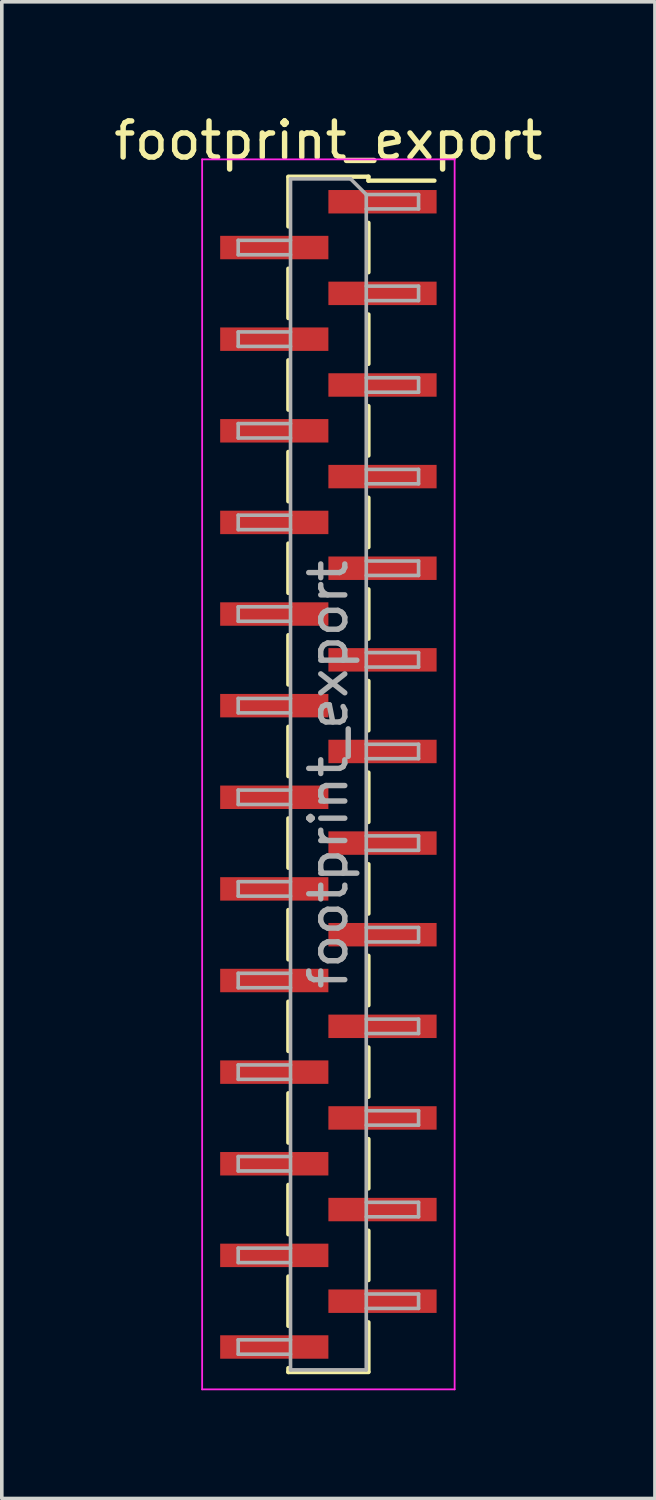
<source format=kicad_pcb>
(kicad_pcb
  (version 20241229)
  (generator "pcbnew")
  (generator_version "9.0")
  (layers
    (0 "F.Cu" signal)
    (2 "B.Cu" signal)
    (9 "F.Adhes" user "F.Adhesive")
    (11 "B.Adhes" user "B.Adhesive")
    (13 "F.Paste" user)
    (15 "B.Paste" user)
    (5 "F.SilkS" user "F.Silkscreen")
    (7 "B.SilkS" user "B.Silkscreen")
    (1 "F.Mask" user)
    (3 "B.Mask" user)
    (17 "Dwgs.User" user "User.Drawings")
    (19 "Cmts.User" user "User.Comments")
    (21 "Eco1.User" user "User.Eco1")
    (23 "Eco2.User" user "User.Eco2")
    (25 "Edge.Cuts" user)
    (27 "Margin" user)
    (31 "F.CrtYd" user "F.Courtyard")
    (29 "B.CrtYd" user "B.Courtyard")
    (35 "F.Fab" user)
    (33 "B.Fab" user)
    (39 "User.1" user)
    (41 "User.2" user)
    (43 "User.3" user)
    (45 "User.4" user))
  (footprint "footprint_export"
    (layer "F.Cu")
    (at 6.054 18.418)
    (property "Reference" "footprint_export" (at 0 -17.57 0) (layer "F.SilkS") (effects (font (size 1 1) (thickness 0.15))))
    (attr smd)
    (fp_line (start -1.11 -16.57) (end 1.11 -16.57) (stroke (width 0.12) (type solid)) (layer "F.SilkS"))
    (fp_line (start -1.11 -16.56) (end -1.11 -15.19) (stroke (width 0.12) (type solid)) (layer "F.SilkS"))
    (fp_line (start -1.11 -14.02) (end -1.11 -12.65) (stroke (width 0.12) (type solid)) (layer "F.SilkS"))
    (fp_line (start -1.11 -11.48) (end -1.11 -10.11) (stroke (width 0.12) (type solid)) (layer "F.SilkS"))
    (fp_line (start -1.11 -8.94) (end -1.11 -7.57) (stroke (width 0.12) (type solid)) (layer "F.SilkS"))
    (fp_line (start -1.11 -6.4) (end -1.11 -5.03) (stroke (width 0.12) (type solid)) (layer "F.SilkS"))
    (fp_line (start -1.11 -3.86) (end -1.11 -2.49) (stroke (width 0.12) (type solid)) (layer "F.SilkS"))
    (fp_line (start -1.11 -1.32) (end -1.11 0.05) (stroke (width 0.12) (type solid)) (layer "F.SilkS"))
    (fp_line (start -1.11 1.22) (end -1.11 2.59) (stroke (width 0.12) (type solid)) (layer "F.SilkS"))
    (fp_line (start -1.11 3.76) (end -1.11 5.13) (stroke (width 0.12) (type solid)) (layer "F.SilkS"))
    (fp_line (start -1.11 6.3) (end -1.11 7.67) (stroke (width 0.12) (type solid)) (layer "F.SilkS"))
    (fp_line (start -1.11 8.84) (end -1.11 10.21) (stroke (width 0.12) (type solid)) (layer "F.SilkS"))
    (fp_line (start -1.11 11.38) (end -1.11 12.75) (stroke (width 0.12) (type solid)) (layer "F.SilkS"))
    (fp_line (start -1.11 13.92) (end -1.11 15.29) (stroke (width 0.12) (type solid)) (layer "F.SilkS"))
    (fp_line (start -1.11 16.46) (end -1.11 16.57) (stroke (width 0.12) (type solid)) (layer "F.SilkS"))
    (fp_line (start -1.11 16.57) (end 1.11 16.57) (stroke (width 0.12) (type solid)) (layer "F.SilkS"))
    (fp_line (start 1.11 -16.57) (end 1.11 -16.46) (stroke (width 0.12) (type solid)) (layer "F.SilkS"))
    (fp_line (start 1.11 -16.46) (end 2.94 -16.46) (stroke (width 0.12) (type solid)) (layer "F.SilkS"))
    (fp_line (start 1.11 -15.29) (end 1.11 -13.92) (stroke (width 0.12) (type solid)) (layer "F.SilkS"))
    (fp_line (start 1.11 -12.75) (end 1.11 -11.38) (stroke (width 0.12) (type solid)) (layer "F.SilkS"))
    (fp_line (start 1.11 -10.21) (end 1.11 -8.84) (stroke (width 0.12) (type solid)) (layer "F.SilkS"))
    (fp_line (start 1.11 -7.67) (end 1.11 -6.3) (stroke (width 0.12) (type solid)) (layer "F.SilkS"))
    (fp_line (start 1.11 -5.13) (end 1.11 -3.76) (stroke (width 0.12) (type solid)) (layer "F.SilkS"))
    (fp_line (start 1.11 -2.59) (end 1.11 -1.22) (stroke (width 0.12) (type solid)) (layer "F.SilkS"))
    (fp_line (start 1.11 -0.05) (end 1.11 1.32) (stroke (width 0.12) (type solid)) (layer "F.SilkS"))
    (fp_line (start 1.11 2.49) (end 1.11 3.86) (stroke (width 0.12) (type solid)) (layer "F.SilkS"))
    (fp_line (start 1.11 5.03) (end 1.11 6.4) (stroke (width 0.12) (type solid)) (layer "F.SilkS"))
    (fp_line (start 1.11 7.57) (end 1.11 8.94) (stroke (width 0.12) (type solid)) (layer "F.SilkS"))
    (fp_line (start 1.11 10.11) (end 1.11 11.48) (stroke (width 0.12) (type solid)) (layer "F.SilkS"))
    (fp_line (start 1.11 12.65) (end 1.11 14.02) (stroke (width 0.12) (type solid)) (layer "F.SilkS"))
    (fp_line (start 1.11 15.19) (end 1.11 16.56) (stroke (width 0.12) (type solid)) (layer "F.SilkS"))
    (fp_line (start -3.5 -17.05) (end -3.5 17.05) (stroke (width 0.05) (type solid)) (layer "F.CrtYd"))
    (fp_line (start -3.5 17.05) (end 3.5 17.05) (stroke (width 0.05) (type solid)) (layer "F.CrtYd"))
    (fp_line (start 3.5 -17.05) (end -3.5 -17.05) (stroke (width 0.05) (type solid)) (layer "F.CrtYd"))
    (fp_line (start 3.5 17.05) (end 3.5 -17.05) (stroke (width 0.05) (type solid)) (layer "F.CrtYd"))
    (fp_line (start -2.5 -14.805) (end -2.5 -14.405) (stroke (width 0.1) (type solid)) (layer "F.Fab"))
    (fp_line (start -2.5 -14.405) (end -1.05 -14.405) (stroke (width 0.1) (type solid)) (layer "F.Fab"))
    (fp_line (start -2.5 -12.265) (end -2.5 -11.865) (stroke (width 0.1) (type solid)) (layer "F.Fab"))
    (fp_line (start -2.5 -11.865) (end -1.05 -11.865) (stroke (width 0.1) (type solid)) (layer "F.Fab"))
    (fp_line (start -2.5 -9.725) (end -2.5 -9.325) (stroke (width 0.1) (type solid)) (layer "F.Fab"))
    (fp_line (start -2.5 -9.325) (end -1.05 -9.325) (stroke (width 0.1) (type solid)) (layer "F.Fab"))
    (fp_line (start -2.5 -7.185) (end -2.5 -6.785) (stroke (width 0.1) (type solid)) (layer "F.Fab"))
    (fp_line (start -2.5 -6.785) (end -1.05 -6.785) (stroke (width 0.1) (type solid)) (layer "F.Fab"))
    (fp_line (start -2.5 -4.645) (end -2.5 -4.245) (stroke (width 0.1) (type solid)) (layer "F.Fab"))
    (fp_line (start -2.5 -4.245) (end -1.05 -4.245) (stroke (width 0.1) (type solid)) (layer "F.Fab"))
    (fp_line (start -2.5 -2.105) (end -2.5 -1.705) (stroke (width 0.1) (type solid)) (layer "F.Fab"))
    (fp_line (start -2.5 -1.705) (end -1.05 -1.705) (stroke (width 0.1) (type solid)) (layer "F.Fab"))
    (fp_line (start -2.5 0.435) (end -2.5 0.835) (stroke (width 0.1) (type solid)) (layer "F.Fab"))
    (fp_line (start -2.5 0.835) (end -1.05 0.835) (stroke (width 0.1) (type solid)) (layer "F.Fab"))
    (fp_line (start -2.5 2.975) (end -2.5 3.375) (stroke (width 0.1) (type solid)) (layer "F.Fab"))
    (fp_line (start -2.5 3.375) (end -1.05 3.375) (stroke (width 0.1) (type solid)) (layer "F.Fab"))
    (fp_line (start -2.5 5.515) (end -2.5 5.915) (stroke (width 0.1) (type solid)) (layer "F.Fab"))
    (fp_line (start -2.5 5.915) (end -1.05 5.915) (stroke (width 0.1) (type solid)) (layer "F.Fab"))
    (fp_line (start -2.5 8.055) (end -2.5 8.455) (stroke (width 0.1) (type solid)) (layer "F.Fab"))
    (fp_line (start -2.5 8.455) (end -1.05 8.455) (stroke (width 0.1) (type solid)) (layer "F.Fab"))
    (fp_line (start -2.5 10.595) (end -2.5 10.995) (stroke (width 0.1) (type solid)) (layer "F.Fab"))
    (fp_line (start -2.5 10.995) (end -1.05 10.995) (stroke (width 0.1) (type solid)) (layer "F.Fab"))
    (fp_line (start -2.5 13.135) (end -2.5 13.535) (stroke (width 0.1) (type solid)) (layer "F.Fab"))
    (fp_line (start -2.5 13.535) (end -1.05 13.535) (stroke (width 0.1) (type solid)) (layer "F.Fab"))
    (fp_line (start -2.5 15.675) (end -2.5 16.075) (stroke (width 0.1) (type solid)) (layer "F.Fab"))
    (fp_line (start -2.5 16.075) (end -1.05 16.075) (stroke (width 0.1) (type solid)) (layer "F.Fab"))
    (fp_line (start -1.05 -16.51) (end -1.05 16.51) (stroke (width 0.1) (type solid)) (layer "F.Fab"))
    (fp_line (start -1.05 -16.51) (end 0.615 -16.51) (stroke (width 0.1) (type solid)) (layer "F.Fab"))
    (fp_line (start -1.05 -14.805) (end -2.5 -14.805) (stroke (width 0.1) (type solid)) (layer "F.Fab"))
    (fp_line (start -1.05 -12.265) (end -2.5 -12.265) (stroke (width 0.1) (type solid)) (layer "F.Fab"))
    (fp_line (start -1.05 -9.725) (end -2.5 -9.725) (stroke (width 0.1) (type solid)) (layer "F.Fab"))
    (fp_line (start -1.05 -7.185) (end -2.5 -7.185) (stroke (width 0.1) (type solid)) (layer "F.Fab"))
    (fp_line (start -1.05 -4.645) (end -2.5 -4.645) (stroke (width 0.1) (type solid)) (layer "F.Fab"))
    (fp_line (start -1.05 -2.105) (end -2.5 -2.105) (stroke (width 0.1) (type solid)) (layer "F.Fab"))
    (fp_line (start -1.05 0.435) (end -2.5 0.435) (stroke (width 0.1) (type solid)) (layer "F.Fab"))
    (fp_line (start -1.05 2.975) (end -2.5 2.975) (stroke (width 0.1) (type solid)) (layer "F.Fab"))
    (fp_line (start -1.05 5.515) (end -2.5 5.515) (stroke (width 0.1) (type solid)) (layer "F.Fab"))
    (fp_line (start -1.05 8.055) (end -2.5 8.055) (stroke (width 0.1) (type solid)) (layer "F.Fab"))
    (fp_line (start -1.05 10.595) (end -2.5 10.595) (stroke (width 0.1) (type solid)) (layer "F.Fab"))
    (fp_line (start -1.05 13.135) (end -2.5 13.135) (stroke (width 0.1) (type solid)) (layer "F.Fab"))
    (fp_line (start -1.05 15.675) (end -2.5 15.675) (stroke (width 0.1) (type solid)) (layer "F.Fab"))
    (fp_line (start 1.05 -16.075) (end 0.615 -16.51) (stroke (width 0.1) (type solid)) (layer "F.Fab"))
    (fp_line (start 1.05 -16.075) (end 2.5 -16.075) (stroke (width 0.1) (type solid)) (layer "F.Fab"))
    (fp_line (start 1.05 -13.535) (end 2.5 -13.535) (stroke (width 0.1) (type solid)) (layer "F.Fab"))
    (fp_line (start 1.05 -10.995) (end 2.5 -10.995) (stroke (width 0.1) (type solid)) (layer "F.Fab"))
    (fp_line (start 1.05 -8.455) (end 2.5 -8.455) (stroke (width 0.1) (type solid)) (layer "F.Fab"))
    (fp_line (start 1.05 -5.915) (end 2.5 -5.915) (stroke (width 0.1) (type solid)) (layer "F.Fab"))
    (fp_line (start 1.05 -3.375) (end 2.5 -3.375) (stroke (width 0.1) (type solid)) (layer "F.Fab"))
    (fp_line (start 1.05 -0.835) (end 2.5 -0.835) (stroke (width 0.1) (type solid)) (layer "F.Fab"))
    (fp_line (start 1.05 1.705) (end 2.5 1.705) (stroke (width 0.1) (type solid)) (layer "F.Fab"))
    (fp_line (start 1.05 4.245) (end 2.5 4.245) (stroke (width 0.1) (type solid)) (layer "F.Fab"))
    (fp_line (start 1.05 6.785) (end 2.5 6.785) (stroke (width 0.1) (type solid)) (layer "F.Fab"))
    (fp_line (start 1.05 9.325) (end 2.5 9.325) (stroke (width 0.1) (type solid)) (layer "F.Fab"))
    (fp_line (start 1.05 11.865) (end 2.5 11.865) (stroke (width 0.1) (type solid)) (layer "F.Fab"))
    (fp_line (start 1.05 14.405) (end 2.5 14.405) (stroke (width 0.1) (type solid)) (layer "F.Fab"))
    (fp_line (start 1.05 16.51) (end -1.05 16.51) (stroke (width 0.1) (type solid)) (layer "F.Fab"))
    (fp_line (start 1.05 16.51) (end 1.05 -16.075) (stroke (width 0.1) (type solid)) (layer "F.Fab"))
    (fp_line (start 2.5 -16.075) (end 2.5 -15.675) (stroke (width 0.1) (type solid)) (layer "F.Fab"))
    (fp_line (start 2.5 -15.675) (end 1.05 -15.675) (stroke (width 0.1) (type solid)) (layer "F.Fab"))
    (fp_line (start 2.5 -13.535) (end 2.5 -13.135) (stroke (width 0.1) (type solid)) (layer "F.Fab"))
    (fp_line (start 2.5 -13.135) (end 1.05 -13.135) (stroke (width 0.1) (type solid)) (layer "F.Fab"))
    (fp_line (start 2.5 -10.995) (end 2.5 -10.595) (stroke (width 0.1) (type solid)) (layer "F.Fab"))
    (fp_line (start 2.5 -10.595) (end 1.05 -10.595) (stroke (width 0.1) (type solid)) (layer "F.Fab"))
    (fp_line (start 2.5 -8.455) (end 2.5 -8.055) (stroke (width 0.1) (type solid)) (layer "F.Fab"))
    (fp_line (start 2.5 -8.055) (end 1.05 -8.055) (stroke (width 0.1) (type solid)) (layer "F.Fab"))
    (fp_line (start 2.5 -5.915) (end 2.5 -5.515) (stroke (width 0.1) (type solid)) (layer "F.Fab"))
    (fp_line (start 2.5 -5.515) (end 1.05 -5.515) (stroke (width 0.1) (type solid)) (layer "F.Fab"))
    (fp_line (start 2.5 -3.375) (end 2.5 -2.975) (stroke (width 0.1) (type solid)) (layer "F.Fab"))
    (fp_line (start 2.5 -2.975) (end 1.05 -2.975) (stroke (width 0.1) (type solid)) (layer "F.Fab"))
    (fp_line (start 2.5 -0.835) (end 2.5 -0.435) (stroke (width 0.1) (type solid)) (layer "F.Fab"))
    (fp_line (start 2.5 -0.435) (end 1.05 -0.435) (stroke (width 0.1) (type solid)) (layer "F.Fab"))
    (fp_line (start 2.5 1.705) (end 2.5 2.105) (stroke (width 0.1) (type solid)) (layer "F.Fab"))
    (fp_line (start 2.5 2.105) (end 1.05 2.105) (stroke (width 0.1) (type solid)) (layer "F.Fab"))
    (fp_line (start 2.5 4.245) (end 2.5 4.645) (stroke (width 0.1) (type solid)) (layer "F.Fab"))
    (fp_line (start 2.5 4.645) (end 1.05 4.645) (stroke (width 0.1) (type solid)) (layer "F.Fab"))
    (fp_line (start 2.5 6.785) (end 2.5 7.185) (stroke (width 0.1) (type solid)) (layer "F.Fab"))
    (fp_line (start 2.5 7.185) (end 1.05 7.185) (stroke (width 0.1) (type solid)) (layer "F.Fab"))
    (fp_line (start 2.5 9.325) (end 2.5 9.725) (stroke (width 0.1) (type solid)) (layer "F.Fab"))
    (fp_line (start 2.5 9.725) (end 1.05 9.725) (stroke (width 0.1) (type solid)) (layer "F.Fab"))
    (fp_line (start 2.5 11.865) (end 2.5 12.265) (stroke (width 0.1) (type solid)) (layer "F.Fab"))
    (fp_line (start 2.5 12.265) (end 1.05 12.265) (stroke (width 0.1) (type solid)) (layer "F.Fab"))
    (fp_line (start 2.5 14.405) (end 2.5 14.805) (stroke (width 0.1) (type solid)) (layer "F.Fab"))
    (fp_line (start 2.5 14.805) (end 1.05 14.805) (stroke (width 0.1) (type solid)) (layer "F.Fab"))
    (fp_text user "${REFERENCE}" (at 0 0 90) (layer "F.Fab") (effects (font (size 1 1) (thickness 0.15))))
    (pad "1" smd rect (at 1.5 -15.875) (size 3 0.65) (layers "F.Cu" "F.Mask" "F.Paste"))
    (pad "2" smd rect (at -1.5 -14.605) (size 3 0.65) (layers "F.Cu" "F.Mask" "F.Paste"))
    (pad "3" smd rect (at 1.5 -13.335) (size 3 0.65) (layers "F.Cu" "F.Mask" "F.Paste"))
    (pad "4" smd rect (at -1.5 -12.065) (size 3 0.65) (layers "F.Cu" "F.Mask" "F.Paste"))
    (pad "5" smd rect (at 1.5 -10.795) (size 3 0.65) (layers "F.Cu" "F.Mask" "F.Paste"))
    (pad "6" smd rect (at -1.5 -9.525) (size 3 0.65) (layers "F.Cu" "F.Mask" "F.Paste"))
    (pad "7" smd rect (at 1.5 -8.255) (size 3 0.65) (layers "F.Cu" "F.Mask" "F.Paste"))
    (pad "8" smd rect (at -1.5 -6.985) (size 3 0.65) (layers "F.Cu" "F.Mask" "F.Paste"))
    (pad "9" smd rect (at 1.5 -5.715) (size 3 0.65) (layers "F.Cu" "F.Mask" "F.Paste"))
    (pad "10" smd rect (at -1.5 -4.445) (size 3 0.65) (layers "F.Cu" "F.Mask" "F.Paste"))
    (pad "11" smd rect (at 1.5 -3.175) (size 3 0.65) (layers "F.Cu" "F.Mask" "F.Paste"))
    (pad "12" smd rect (at -1.5 -1.905) (size 3 0.65) (layers "F.Cu" "F.Mask" "F.Paste"))
    (pad "13" smd rect (at 1.5 -0.635) (size 3 0.65) (layers "F.Cu" "F.Mask" "F.Paste"))
    (pad "14" smd rect (at -1.5 0.635) (size 3 0.65) (layers "F.Cu" "F.Mask" "F.Paste"))
    (pad "15" smd rect (at 1.5 1.905) (size 3 0.65) (layers "F.Cu" "F.Mask" "F.Paste"))
    (pad "16" smd rect (at -1.5 3.175) (size 3 0.65) (layers "F.Cu" "F.Mask" "F.Paste"))
    (pad "17" smd rect (at 1.5 4.445) (size 3 0.65) (layers "F.Cu" "F.Mask" "F.Paste"))
    (pad "18" smd rect (at -1.5 5.715) (size 3 0.65) (layers "F.Cu" "F.Mask" "F.Paste"))
    (pad "19" smd rect (at 1.5 6.985) (size 3 0.65) (layers "F.Cu" "F.Mask" "F.Paste"))
    (pad "20" smd rect (at -1.5 8.255) (size 3 0.65) (layers "F.Cu" "F.Mask" "F.Paste"))
    (pad "21" smd rect (at 1.5 9.525) (size 3 0.65) (layers "F.Cu" "F.Mask" "F.Paste"))
    (pad "22" smd rect (at -1.5 10.795) (size 3 0.65) (layers "F.Cu" "F.Mask" "F.Paste"))
    (pad "23" smd rect (at 1.5 12.065) (size 3 0.65) (layers "F.Cu" "F.Mask" "F.Paste"))
    (pad "24" smd rect (at -1.5 13.335) (size 3 0.65) (layers "F.Cu" "F.Mask" "F.Paste"))
    (pad "25" smd rect (at 1.5 14.605) (size 3 0.65) (layers "F.Cu" "F.Mask" "F.Paste"))
    (pad "26" smd rect (at -1.5 15.875) (size 3 0.65) (layers "F.Cu" "F.Mask" "F.Paste")))
  (gr_rect
    (start -3 -3)
    (end 15.107 38.493)
    (stroke (width 0.1) (type default))
    (fill no)
    (layer "Edge.Cuts")))
</source>
